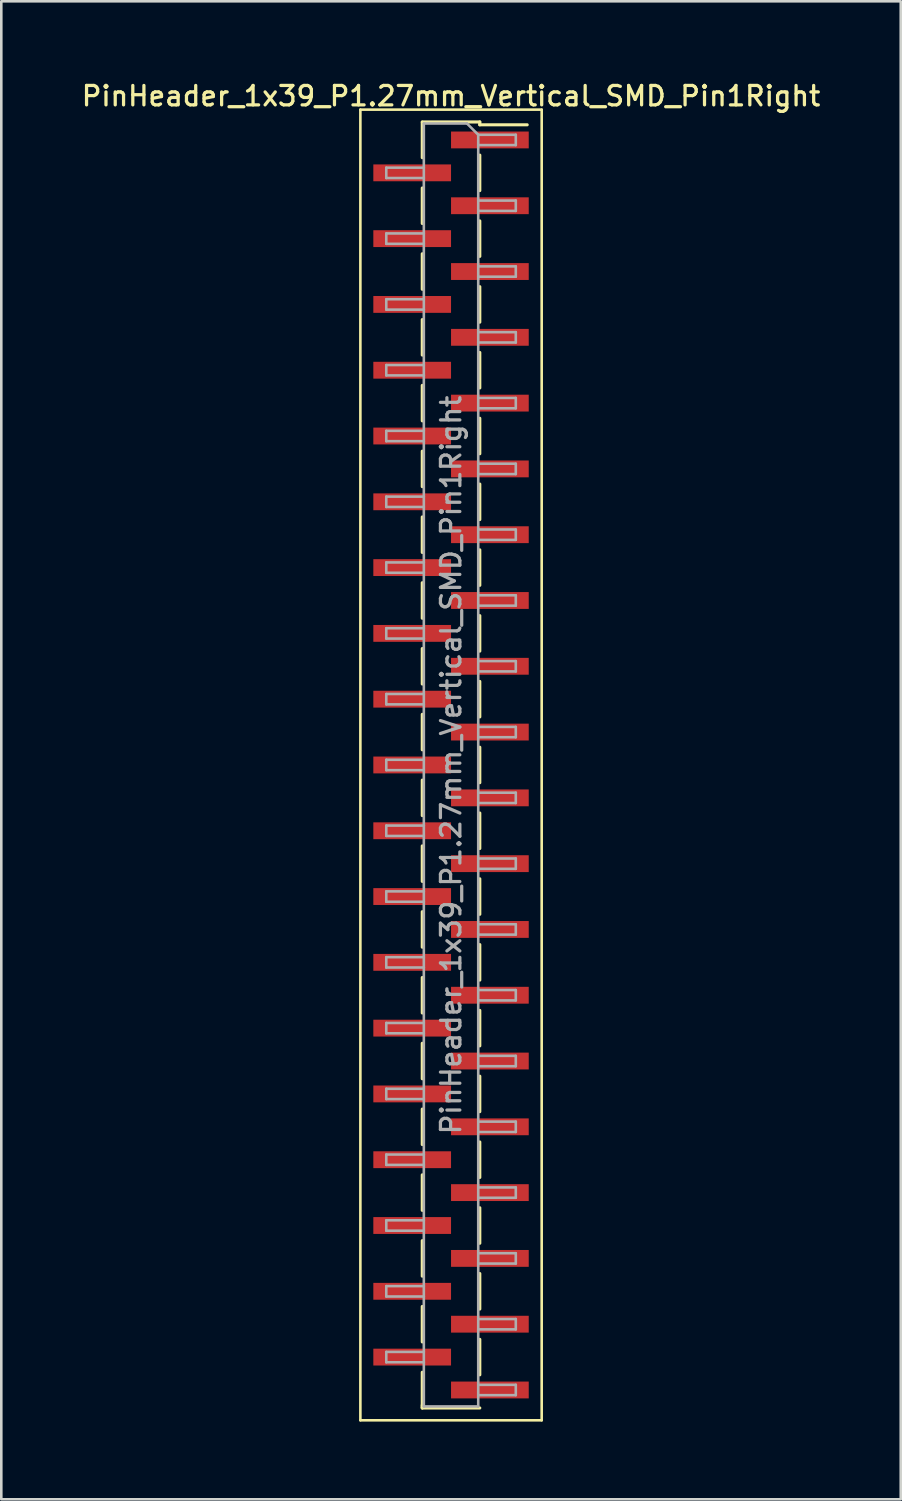
<source format=kicad_pcb>
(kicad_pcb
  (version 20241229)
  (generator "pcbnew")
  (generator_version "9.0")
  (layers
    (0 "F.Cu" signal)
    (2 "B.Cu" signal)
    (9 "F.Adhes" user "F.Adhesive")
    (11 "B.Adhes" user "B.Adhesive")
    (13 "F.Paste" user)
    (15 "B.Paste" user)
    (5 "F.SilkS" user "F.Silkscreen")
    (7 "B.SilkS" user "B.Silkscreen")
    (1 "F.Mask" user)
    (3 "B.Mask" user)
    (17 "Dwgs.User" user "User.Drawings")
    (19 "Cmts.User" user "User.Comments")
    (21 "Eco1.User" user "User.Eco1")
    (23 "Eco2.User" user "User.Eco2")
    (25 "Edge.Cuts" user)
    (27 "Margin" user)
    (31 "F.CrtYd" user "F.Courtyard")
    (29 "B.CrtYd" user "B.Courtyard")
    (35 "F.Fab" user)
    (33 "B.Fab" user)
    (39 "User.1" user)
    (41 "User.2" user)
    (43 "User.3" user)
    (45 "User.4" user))
  (footprint "PinHeader_1x39_P1.27mm_Vertical_SMD_Pin1Right"
    (layer "F.Cu")
    (at 14.363 26.483)
    (property "Reference" "PinHeader_1x39_P1.27mm_Vertical_SMD_Pin1Right" (at 0 -25.825 0) (layer "F.SilkS") (effects (font (size 0.75 0.75) (thickness 0.125))))
    (attr smd)
    (fp_line (start -3.5 -25.3) (end -3.5 25.3) (stroke (width 0.1) (type solid)) (layer "F.SilkS"))
    (fp_line (start -3.5 25.3) (end 3.5 25.3) (stroke (width 0.1) (type solid)) (layer "F.SilkS"))
    (fp_line (start -1.11 -24.825) (end 1.11 -24.825) (stroke (width 0.12) (type solid)) (layer "F.SilkS"))
    (fp_line (start -1.11 -24.815) (end -1.11 -23.445) (stroke (width 0.12) (type solid)) (layer "F.SilkS"))
    (fp_line (start -1.11 -22.275) (end -1.11 -20.905) (stroke (width 0.12) (type solid)) (layer "F.SilkS"))
    (fp_line (start -1.11 -19.735) (end -1.11 -18.365) (stroke (width 0.12) (type solid)) (layer "F.SilkS"))
    (fp_line (start -1.11 -17.195) (end -1.11 -15.825) (stroke (width 0.12) (type solid)) (layer "F.SilkS"))
    (fp_line (start -1.11 -14.655) (end -1.11 -13.285) (stroke (width 0.12) (type solid)) (layer "F.SilkS"))
    (fp_line (start -1.11 -12.115) (end -1.11 -10.745) (stroke (width 0.12) (type solid)) (layer "F.SilkS"))
    (fp_line (start -1.11 -9.575) (end -1.11 -8.205) (stroke (width 0.12) (type solid)) (layer "F.SilkS"))
    (fp_line (start -1.11 -7.035) (end -1.11 -5.665) (stroke (width 0.12) (type solid)) (layer "F.SilkS"))
    (fp_line (start -1.11 -4.495) (end -1.11 -3.125) (stroke (width 0.12) (type solid)) (layer "F.SilkS"))
    (fp_line (start -1.11 -1.955) (end -1.11 -0.585) (stroke (width 0.12) (type solid)) (layer "F.SilkS"))
    (fp_line (start -1.11 0.585) (end -1.11 1.955) (stroke (width 0.12) (type solid)) (layer "F.SilkS"))
    (fp_line (start -1.11 3.125) (end -1.11 4.495) (stroke (width 0.12) (type solid)) (layer "F.SilkS"))
    (fp_line (start -1.11 5.665) (end -1.11 7.035) (stroke (width 0.12) (type solid)) (layer "F.SilkS"))
    (fp_line (start -1.11 8.205) (end -1.11 9.575) (stroke (width 0.12) (type solid)) (layer "F.SilkS"))
    (fp_line (start -1.11 10.745) (end -1.11 12.115) (stroke (width 0.12) (type solid)) (layer "F.SilkS"))
    (fp_line (start -1.11 13.285) (end -1.11 14.655) (stroke (width 0.12) (type solid)) (layer "F.SilkS"))
    (fp_line (start -1.11 15.825) (end -1.11 17.195) (stroke (width 0.12) (type solid)) (layer "F.SilkS"))
    (fp_line (start -1.11 18.365) (end -1.11 19.735) (stroke (width 0.12) (type solid)) (layer "F.SilkS"))
    (fp_line (start -1.11 20.905) (end -1.11 22.275) (stroke (width 0.12) (type solid)) (layer "F.SilkS"))
    (fp_line (start -1.11 23.445) (end -1.11 24.815) (stroke (width 0.12) (type solid)) (layer "F.SilkS"))
    (fp_line (start -1.11 24.715) (end -1.11 24.825) (stroke (width 0.12) (type solid)) (layer "F.SilkS"))
    (fp_line (start -1.11 24.825) (end 1.11 24.825) (stroke (width 0.12) (type solid)) (layer "F.SilkS"))
    (fp_line (start 1.11 -24.825) (end 1.11 -24.715) (stroke (width 0.12) (type solid)) (layer "F.SilkS"))
    (fp_line (start 1.11 -24.715) (end 2.94 -24.715) (stroke (width 0.12) (type solid)) (layer "F.SilkS"))
    (fp_line (start 1.11 -23.545) (end 1.11 -22.175) (stroke (width 0.12) (type solid)) (layer "F.SilkS"))
    (fp_line (start 1.11 -21.005) (end 1.11 -19.635) (stroke (width 0.12) (type solid)) (layer "F.SilkS"))
    (fp_line (start 1.11 -18.465) (end 1.11 -17.095) (stroke (width 0.12) (type solid)) (layer "F.SilkS"))
    (fp_line (start 1.11 -15.925) (end 1.11 -14.555) (stroke (width 0.12) (type solid)) (layer "F.SilkS"))
    (fp_line (start 1.11 -13.385) (end 1.11 -12.015) (stroke (width 0.12) (type solid)) (layer "F.SilkS"))
    (fp_line (start 1.11 -10.845) (end 1.11 -9.475) (stroke (width 0.12) (type solid)) (layer "F.SilkS"))
    (fp_line (start 1.11 -8.305) (end 1.11 -6.935) (stroke (width 0.12) (type solid)) (layer "F.SilkS"))
    (fp_line (start 1.11 -5.765) (end 1.11 -4.395) (stroke (width 0.12) (type solid)) (layer "F.SilkS"))
    (fp_line (start 1.11 -3.225) (end 1.11 -1.855) (stroke (width 0.12) (type solid)) (layer "F.SilkS"))
    (fp_line (start 1.11 -0.685) (end 1.11 0.685) (stroke (width 0.12) (type solid)) (layer "F.SilkS"))
    (fp_line (start 1.11 1.855) (end 1.11 3.225) (stroke (width 0.12) (type solid)) (layer "F.SilkS"))
    (fp_line (start 1.11 4.395) (end 1.11 5.765) (stroke (width 0.12) (type solid)) (layer "F.SilkS"))
    (fp_line (start 1.11 6.935) (end 1.11 8.305) (stroke (width 0.12) (type solid)) (layer "F.SilkS"))
    (fp_line (start 1.11 9.475) (end 1.11 10.845) (stroke (width 0.12) (type solid)) (layer "F.SilkS"))
    (fp_line (start 1.11 12.015) (end 1.11 13.385) (stroke (width 0.12) (type solid)) (layer "F.SilkS"))
    (fp_line (start 1.11 14.555) (end 1.11 15.925) (stroke (width 0.12) (type solid)) (layer "F.SilkS"))
    (fp_line (start 1.11 17.095) (end 1.11 18.465) (stroke (width 0.12) (type solid)) (layer "F.SilkS"))
    (fp_line (start 1.11 19.635) (end 1.11 21.005) (stroke (width 0.12) (type solid)) (layer "F.SilkS"))
    (fp_line (start 1.11 22.175) (end 1.11 23.545) (stroke (width 0.12) (type solid)) (layer "F.SilkS"))
    (fp_line (start 3.5 -25.3) (end -3.5 -25.3) (stroke (width 0.1) (type solid)) (layer "F.SilkS"))
    (fp_line (start 3.5 25.3) (end 3.5 -25.3) (stroke (width 0.1) (type solid)) (layer "F.SilkS"))
    (fp_line (start -2.5 -23.06) (end -2.5 -22.66) (stroke (width 0.1) (type solid)) (layer "F.Fab"))
    (fp_line (start -2.5 -22.66) (end -1.05 -22.66) (stroke (width 0.1) (type solid)) (layer "F.Fab"))
    (fp_line (start -2.5 -20.52) (end -2.5 -20.12) (stroke (width 0.1) (type solid)) (layer "F.Fab"))
    (fp_line (start -2.5 -20.12) (end -1.05 -20.12) (stroke (width 0.1) (type solid)) (layer "F.Fab"))
    (fp_line (start -2.5 -17.98) (end -2.5 -17.58) (stroke (width 0.1) (type solid)) (layer "F.Fab"))
    (fp_line (start -2.5 -17.58) (end -1.05 -17.58) (stroke (width 0.1) (type solid)) (layer "F.Fab"))
    (fp_line (start -2.5 -15.44) (end -2.5 -15.04) (stroke (width 0.1) (type solid)) (layer "F.Fab"))
    (fp_line (start -2.5 -15.04) (end -1.05 -15.04) (stroke (width 0.1) (type solid)) (layer "F.Fab"))
    (fp_line (start -2.5 -12.9) (end -2.5 -12.5) (stroke (width 0.1) (type solid)) (layer "F.Fab"))
    (fp_line (start -2.5 -12.5) (end -1.05 -12.5) (stroke (width 0.1) (type solid)) (layer "F.Fab"))
    (fp_line (start -2.5 -10.36) (end -2.5 -9.96) (stroke (width 0.1) (type solid)) (layer "F.Fab"))
    (fp_line (start -2.5 -9.96) (end -1.05 -9.96) (stroke (width 0.1) (type solid)) (layer "F.Fab"))
    (fp_line (start -2.5 -7.82) (end -2.5 -7.42) (stroke (width 0.1) (type solid)) (layer "F.Fab"))
    (fp_line (start -2.5 -7.42) (end -1.05 -7.42) (stroke (width 0.1) (type solid)) (layer "F.Fab"))
    (fp_line (start -2.5 -5.28) (end -2.5 -4.88) (stroke (width 0.1) (type solid)) (layer "F.Fab"))
    (fp_line (start -2.5 -4.88) (end -1.05 -4.88) (stroke (width 0.1) (type solid)) (layer "F.Fab"))
    (fp_line (start -2.5 -2.74) (end -2.5 -2.34) (stroke (width 0.1) (type solid)) (layer "F.Fab"))
    (fp_line (start -2.5 -2.34) (end -1.05 -2.34) (stroke (width 0.1) (type solid)) (layer "F.Fab"))
    (fp_line (start -2.5 -0.2) (end -2.5 0.2) (stroke (width 0.1) (type solid)) (layer "F.Fab"))
    (fp_line (start -2.5 0.2) (end -1.05 0.2) (stroke (width 0.1) (type solid)) (layer "F.Fab"))
    (fp_line (start -2.5 2.34) (end -2.5 2.74) (stroke (width 0.1) (type solid)) (layer "F.Fab"))
    (fp_line (start -2.5 2.74) (end -1.05 2.74) (stroke (width 0.1) (type solid)) (layer "F.Fab"))
    (fp_line (start -2.5 4.88) (end -2.5 5.28) (stroke (width 0.1) (type solid)) (layer "F.Fab"))
    (fp_line (start -2.5 5.28) (end -1.05 5.28) (stroke (width 0.1) (type solid)) (layer "F.Fab"))
    (fp_line (start -2.5 7.42) (end -2.5 7.82) (stroke (width 0.1) (type solid)) (layer "F.Fab"))
    (fp_line (start -2.5 7.82) (end -1.05 7.82) (stroke (width 0.1) (type solid)) (layer "F.Fab"))
    (fp_line (start -2.5 9.96) (end -2.5 10.36) (stroke (width 0.1) (type solid)) (layer "F.Fab"))
    (fp_line (start -2.5 10.36) (end -1.05 10.36) (stroke (width 0.1) (type solid)) (layer "F.Fab"))
    (fp_line (start -2.5 12.5) (end -2.5 12.9) (stroke (width 0.1) (type solid)) (layer "F.Fab"))
    (fp_line (start -2.5 12.9) (end -1.05 12.9) (stroke (width 0.1) (type solid)) (layer "F.Fab"))
    (fp_line (start -2.5 15.04) (end -2.5 15.44) (stroke (width 0.1) (type solid)) (layer "F.Fab"))
    (fp_line (start -2.5 15.44) (end -1.05 15.44) (stroke (width 0.1) (type solid)) (layer "F.Fab"))
    (fp_line (start -2.5 17.58) (end -2.5 17.98) (stroke (width 0.1) (type solid)) (layer "F.Fab"))
    (fp_line (start -2.5 17.98) (end -1.05 17.98) (stroke (width 0.1) (type solid)) (layer "F.Fab"))
    (fp_line (start -2.5 20.12) (end -2.5 20.52) (stroke (width 0.1) (type solid)) (layer "F.Fab"))
    (fp_line (start -2.5 20.52) (end -1.05 20.52) (stroke (width 0.1) (type solid)) (layer "F.Fab"))
    (fp_line (start -2.5 22.66) (end -2.5 23.06) (stroke (width 0.1) (type solid)) (layer "F.Fab"))
    (fp_line (start -2.5 23.06) (end -1.05 23.06) (stroke (width 0.1) (type solid)) (layer "F.Fab"))
    (fp_line (start -1.05 -24.765) (end -1.05 24.765) (stroke (width 0.1) (type solid)) (layer "F.Fab"))
    (fp_line (start -1.05 -24.765) (end 0.615 -24.765) (stroke (width 0.1) (type solid)) (layer "F.Fab"))
    (fp_line (start -1.05 -23.06) (end -2.5 -23.06) (stroke (width 0.1) (type solid)) (layer "F.Fab"))
    (fp_line (start -1.05 -20.52) (end -2.5 -20.52) (stroke (width 0.1) (type solid)) (layer "F.Fab"))
    (fp_line (start -1.05 -17.98) (end -2.5 -17.98) (stroke (width 0.1) (type solid)) (layer "F.Fab"))
    (fp_line (start -1.05 -15.44) (end -2.5 -15.44) (stroke (width 0.1) (type solid)) (layer "F.Fab"))
    (fp_line (start -1.05 -12.9) (end -2.5 -12.9) (stroke (width 0.1) (type solid)) (layer "F.Fab"))
    (fp_line (start -1.05 -10.36) (end -2.5 -10.36) (stroke (width 0.1) (type solid)) (layer "F.Fab"))
    (fp_line (start -1.05 -7.82) (end -2.5 -7.82) (stroke (width 0.1) (type solid)) (layer "F.Fab"))
    (fp_line (start -1.05 -5.28) (end -2.5 -5.28) (stroke (width 0.1) (type solid)) (layer "F.Fab"))
    (fp_line (start -1.05 -2.74) (end -2.5 -2.74) (stroke (width 0.1) (type solid)) (layer "F.Fab"))
    (fp_line (start -1.05 -0.2) (end -2.5 -0.2) (stroke (width 0.1) (type solid)) (layer "F.Fab"))
    (fp_line (start -1.05 2.34) (end -2.5 2.34) (stroke (width 0.1) (type solid)) (layer "F.Fab"))
    (fp_line (start -1.05 4.88) (end -2.5 4.88) (stroke (width 0.1) (type solid)) (layer "F.Fab"))
    (fp_line (start -1.05 7.42) (end -2.5 7.42) (stroke (width 0.1) (type solid)) (layer "F.Fab"))
    (fp_line (start -1.05 9.96) (end -2.5 9.96) (stroke (width 0.1) (type solid)) (layer "F.Fab"))
    (fp_line (start -1.05 12.5) (end -2.5 12.5) (stroke (width 0.1) (type solid)) (layer "F.Fab"))
    (fp_line (start -1.05 15.04) (end -2.5 15.04) (stroke (width 0.1) (type solid)) (layer "F.Fab"))
    (fp_line (start -1.05 17.58) (end -2.5 17.58) (stroke (width 0.1) (type solid)) (layer "F.Fab"))
    (fp_line (start -1.05 20.12) (end -2.5 20.12) (stroke (width 0.1) (type solid)) (layer "F.Fab"))
    (fp_line (start -1.05 22.66) (end -2.5 22.66) (stroke (width 0.1) (type solid)) (layer "F.Fab"))
    (fp_line (start 1.05 -24.33) (end 0.615 -24.765) (stroke (width 0.1) (type solid)) (layer "F.Fab"))
    (fp_line (start 1.05 -24.33) (end 2.5 -24.33) (stroke (width 0.1) (type solid)) (layer "F.Fab"))
    (fp_line (start 1.05 -21.79) (end 2.5 -21.79) (stroke (width 0.1) (type solid)) (layer "F.Fab"))
    (fp_line (start 1.05 -19.25) (end 2.5 -19.25) (stroke (width 0.1) (type solid)) (layer "F.Fab"))
    (fp_line (start 1.05 -16.71) (end 2.5 -16.71) (stroke (width 0.1) (type solid)) (layer "F.Fab"))
    (fp_line (start 1.05 -14.17) (end 2.5 -14.17) (stroke (width 0.1) (type solid)) (layer "F.Fab"))
    (fp_line (start 1.05 -11.63) (end 2.5 -11.63) (stroke (width 0.1) (type solid)) (layer "F.Fab"))
    (fp_line (start 1.05 -9.09) (end 2.5 -9.09) (stroke (width 0.1) (type solid)) (layer "F.Fab"))
    (fp_line (start 1.05 -6.55) (end 2.5 -6.55) (stroke (width 0.1) (type solid)) (layer "F.Fab"))
    (fp_line (start 1.05 -4.01) (end 2.5 -4.01) (stroke (width 0.1) (type solid)) (layer "F.Fab"))
    (fp_line (start 1.05 -1.47) (end 2.5 -1.47) (stroke (width 0.1) (type solid)) (layer "F.Fab"))
    (fp_line (start 1.05 1.07) (end 2.5 1.07) (stroke (width 0.1) (type solid)) (layer "F.Fab"))
    (fp_line (start 1.05 3.61) (end 2.5 3.61) (stroke (width 0.1) (type solid)) (layer "F.Fab"))
    (fp_line (start 1.05 6.15) (end 2.5 6.15) (stroke (width 0.1) (type solid)) (layer "F.Fab"))
    (fp_line (start 1.05 8.69) (end 2.5 8.69) (stroke (width 0.1) (type solid)) (layer "F.Fab"))
    (fp_line (start 1.05 11.23) (end 2.5 11.23) (stroke (width 0.1) (type solid)) (layer "F.Fab"))
    (fp_line (start 1.05 13.77) (end 2.5 13.77) (stroke (width 0.1) (type solid)) (layer "F.Fab"))
    (fp_line (start 1.05 16.31) (end 2.5 16.31) (stroke (width 0.1) (type solid)) (layer "F.Fab"))
    (fp_line (start 1.05 18.85) (end 2.5 18.85) (stroke (width 0.1) (type solid)) (layer "F.Fab"))
    (fp_line (start 1.05 21.39) (end 2.5 21.39) (stroke (width 0.1) (type solid)) (layer "F.Fab"))
    (fp_line (start 1.05 23.93) (end 2.5 23.93) (stroke (width 0.1) (type solid)) (layer "F.Fab"))
    (fp_line (start 1.05 24.765) (end -1.05 24.765) (stroke (width 0.1) (type solid)) (layer "F.Fab"))
    (fp_line (start 1.05 24.765) (end 1.05 -24.33) (stroke (width 0.1) (type solid)) (layer "F.Fab"))
    (fp_line (start 2.5 -24.33) (end 2.5 -23.93) (stroke (width 0.1) (type solid)) (layer "F.Fab"))
    (fp_line (start 2.5 -23.93) (end 1.05 -23.93) (stroke (width 0.1) (type solid)) (layer "F.Fab"))
    (fp_line (start 2.5 -21.79) (end 2.5 -21.39) (stroke (width 0.1) (type solid)) (layer "F.Fab"))
    (fp_line (start 2.5 -21.39) (end 1.05 -21.39) (stroke (width 0.1) (type solid)) (layer "F.Fab"))
    (fp_line (start 2.5 -19.25) (end 2.5 -18.85) (stroke (width 0.1) (type solid)) (layer "F.Fab"))
    (fp_line (start 2.5 -18.85) (end 1.05 -18.85) (stroke (width 0.1) (type solid)) (layer "F.Fab"))
    (fp_line (start 2.5 -16.71) (end 2.5 -16.31) (stroke (width 0.1) (type solid)) (layer "F.Fab"))
    (fp_line (start 2.5 -16.31) (end 1.05 -16.31) (stroke (width 0.1) (type solid)) (layer "F.Fab"))
    (fp_line (start 2.5 -14.17) (end 2.5 -13.77) (stroke (width 0.1) (type solid)) (layer "F.Fab"))
    (fp_line (start 2.5 -13.77) (end 1.05 -13.77) (stroke (width 0.1) (type solid)) (layer "F.Fab"))
    (fp_line (start 2.5 -11.63) (end 2.5 -11.23) (stroke (width 0.1) (type solid)) (layer "F.Fab"))
    (fp_line (start 2.5 -11.23) (end 1.05 -11.23) (stroke (width 0.1) (type solid)) (layer "F.Fab"))
    (fp_line (start 2.5 -9.09) (end 2.5 -8.69) (stroke (width 0.1) (type solid)) (layer "F.Fab"))
    (fp_line (start 2.5 -8.69) (end 1.05 -8.69) (stroke (width 0.1) (type solid)) (layer "F.Fab"))
    (fp_line (start 2.5 -6.55) (end 2.5 -6.15) (stroke (width 0.1) (type solid)) (layer "F.Fab"))
    (fp_line (start 2.5 -6.15) (end 1.05 -6.15) (stroke (width 0.1) (type solid)) (layer "F.Fab"))
    (fp_line (start 2.5 -4.01) (end 2.5 -3.61) (stroke (width 0.1) (type solid)) (layer "F.Fab"))
    (fp_line (start 2.5 -3.61) (end 1.05 -3.61) (stroke (width 0.1) (type solid)) (layer "F.Fab"))
    (fp_line (start 2.5 -1.47) (end 2.5 -1.07) (stroke (width 0.1) (type solid)) (layer "F.Fab"))
    (fp_line (start 2.5 -1.07) (end 1.05 -1.07) (stroke (width 0.1) (type solid)) (layer "F.Fab"))
    (fp_line (start 2.5 1.07) (end 2.5 1.47) (stroke (width 0.1) (type solid)) (layer "F.Fab"))
    (fp_line (start 2.5 1.47) (end 1.05 1.47) (stroke (width 0.1) (type solid)) (layer "F.Fab"))
    (fp_line (start 2.5 3.61) (end 2.5 4.01) (stroke (width 0.1) (type solid)) (layer "F.Fab"))
    (fp_line (start 2.5 4.01) (end 1.05 4.01) (stroke (width 0.1) (type solid)) (layer "F.Fab"))
    (fp_line (start 2.5 6.15) (end 2.5 6.55) (stroke (width 0.1) (type solid)) (layer "F.Fab"))
    (fp_line (start 2.5 6.55) (end 1.05 6.55) (stroke (width 0.1) (type solid)) (layer "F.Fab"))
    (fp_line (start 2.5 8.69) (end 2.5 9.09) (stroke (width 0.1) (type solid)) (layer "F.Fab"))
    (fp_line (start 2.5 9.09) (end 1.05 9.09) (stroke (width 0.1) (type solid)) (layer "F.Fab"))
    (fp_line (start 2.5 11.23) (end 2.5 11.63) (stroke (width 0.1) (type solid)) (layer "F.Fab"))
    (fp_line (start 2.5 11.63) (end 1.05 11.63) (stroke (width 0.1) (type solid)) (layer "F.Fab"))
    (fp_line (start 2.5 13.77) (end 2.5 14.17) (stroke (width 0.1) (type solid)) (layer "F.Fab"))
    (fp_line (start 2.5 14.17) (end 1.05 14.17) (stroke (width 0.1) (type solid)) (layer "F.Fab"))
    (fp_line (start 2.5 16.31) (end 2.5 16.71) (stroke (width 0.1) (type solid)) (layer "F.Fab"))
    (fp_line (start 2.5 16.71) (end 1.05 16.71) (stroke (width 0.1) (type solid)) (layer "F.Fab"))
    (fp_line (start 2.5 18.85) (end 2.5 19.25) (stroke (width 0.1) (type solid)) (layer "F.Fab"))
    (fp_line (start 2.5 19.25) (end 1.05 19.25) (stroke (width 0.1) (type solid)) (layer "F.Fab"))
    (fp_line (start 2.5 21.39) (end 2.5 21.79) (stroke (width 0.1) (type solid)) (layer "F.Fab"))
    (fp_line (start 2.5 21.79) (end 1.05 21.79) (stroke (width 0.1) (type solid)) (layer "F.Fab"))
    (fp_line (start 2.5 23.93) (end 2.5 24.33) (stroke (width 0.1) (type solid)) (layer "F.Fab"))
    (fp_line (start 2.5 24.33) (end 1.05 24.33) (stroke (width 0.1) (type solid)) (layer "F.Fab"))
    (fp_text user "${REFERENCE}" (at 0 0 90) (layer "F.Fab") (effects (font (size 0.75 0.75) (thickness 0.125))))
    (pad "1" smd rect (at 1.5 -24.13) (size 3 0.65) (layers "F.Cu" "F.Mask" "F.Paste"))
    (pad "2" smd rect (at -1.5 -22.86) (size 3 0.65) (layers "F.Cu" "F.Mask" "F.Paste"))
    (pad "3" smd rect (at 1.5 -21.59) (size 3 0.65) (layers "F.Cu" "F.Mask" "F.Paste"))
    (pad "4" smd rect (at -1.5 -20.32) (size 3 0.65) (layers "F.Cu" "F.Mask" "F.Paste"))
    (pad "5" smd rect (at 1.5 -19.05) (size 3 0.65) (layers "F.Cu" "F.Mask" "F.Paste"))
    (pad "6" smd rect (at -1.5 -17.78) (size 3 0.65) (layers "F.Cu" "F.Mask" "F.Paste"))
    (pad "7" smd rect (at 1.5 -16.51) (size 3 0.65) (layers "F.Cu" "F.Mask" "F.Paste"))
    (pad "8" smd rect (at -1.5 -15.24) (size 3 0.65) (layers "F.Cu" "F.Mask" "F.Paste"))
    (pad "9" smd rect (at 1.5 -13.97) (size 3 0.65) (layers "F.Cu" "F.Mask" "F.Paste"))
    (pad "10" smd rect (at -1.5 -12.7) (size 3 0.65) (layers "F.Cu" "F.Mask" "F.Paste"))
    (pad "11" smd rect (at 1.5 -11.43) (size 3 0.65) (layers "F.Cu" "F.Mask" "F.Paste"))
    (pad "12" smd rect (at -1.5 -10.16) (size 3 0.65) (layers "F.Cu" "F.Mask" "F.Paste"))
    (pad "13" smd rect (at 1.5 -8.89) (size 3 0.65) (layers "F.Cu" "F.Mask" "F.Paste"))
    (pad "14" smd rect (at -1.5 -7.62) (size 3 0.65) (layers "F.Cu" "F.Mask" "F.Paste"))
    (pad "15" smd rect (at 1.5 -6.35) (size 3 0.65) (layers "F.Cu" "F.Mask" "F.Paste"))
    (pad "16" smd rect (at -1.5 -5.08) (size 3 0.65) (layers "F.Cu" "F.Mask" "F.Paste"))
    (pad "17" smd rect (at 1.5 -3.81) (size 3 0.65) (layers "F.Cu" "F.Mask" "F.Paste"))
    (pad "18" smd rect (at -1.5 -2.54) (size 3 0.65) (layers "F.Cu" "F.Mask" "F.Paste"))
    (pad "19" smd rect (at 1.5 -1.27) (size 3 0.65) (layers "F.Cu" "F.Mask" "F.Paste"))
    (pad "20" smd rect (at -1.5 0) (size 3 0.65) (layers "F.Cu" "F.Mask" "F.Paste"))
    (pad "21" smd rect (at 1.5 1.27) (size 3 0.65) (layers "F.Cu" "F.Mask" "F.Paste"))
    (pad "22" smd rect (at -1.5 2.54) (size 3 0.65) (layers "F.Cu" "F.Mask" "F.Paste"))
    (pad "23" smd rect (at 1.5 3.81) (size 3 0.65) (layers "F.Cu" "F.Mask" "F.Paste"))
    (pad "24" smd rect (at -1.5 5.08) (size 3 0.65) (layers "F.Cu" "F.Mask" "F.Paste"))
    (pad "25" smd rect (at 1.5 6.35) (size 3 0.65) (layers "F.Cu" "F.Mask" "F.Paste"))
    (pad "26" smd rect (at -1.5 7.62) (size 3 0.65) (layers "F.Cu" "F.Mask" "F.Paste"))
    (pad "27" smd rect (at 1.5 8.89) (size 3 0.65) (layers "F.Cu" "F.Mask" "F.Paste"))
    (pad "28" smd rect (at -1.5 10.16) (size 3 0.65) (layers "F.Cu" "F.Mask" "F.Paste"))
    (pad "29" smd rect (at 1.5 11.43) (size 3 0.65) (layers "F.Cu" "F.Mask" "F.Paste"))
    (pad "30" smd rect (at -1.5 12.7) (size 3 0.65) (layers "F.Cu" "F.Mask" "F.Paste"))
    (pad "31" smd rect (at 1.5 13.97) (size 3 0.65) (layers "F.Cu" "F.Mask" "F.Paste"))
    (pad "32" smd rect (at -1.5 15.24) (size 3 0.65) (layers "F.Cu" "F.Mask" "F.Paste"))
    (pad "33" smd rect (at 1.5 16.51) (size 3 0.65) (layers "F.Cu" "F.Mask" "F.Paste"))
    (pad "34" smd rect (at -1.5 17.78) (size 3 0.65) (layers "F.Cu" "F.Mask" "F.Paste"))
    (pad "35" smd rect (at 1.5 19.05) (size 3 0.65) (layers "F.Cu" "F.Mask" "F.Paste"))
    (pad "36" smd rect (at -1.5 20.32) (size 3 0.65) (layers "F.Cu" "F.Mask" "F.Paste"))
    (pad "37" smd rect (at 1.5 21.59) (size 3 0.65) (layers "F.Cu" "F.Mask" "F.Paste"))
    (pad "38" smd rect (at -1.5 22.86) (size 3 0.65) (layers "F.Cu" "F.Mask" "F.Paste"))
    (pad "39" smd rect (at 1.5 24.13) (size 3 0.65) (layers "F.Cu" "F.Mask" "F.Paste")))
  (gr_rect
    (start -3 -3)
    (end 31.725 54.833)
    (stroke (width 0.1) (type default))
    (fill no)
    (layer "Edge.Cuts")))
</source>
